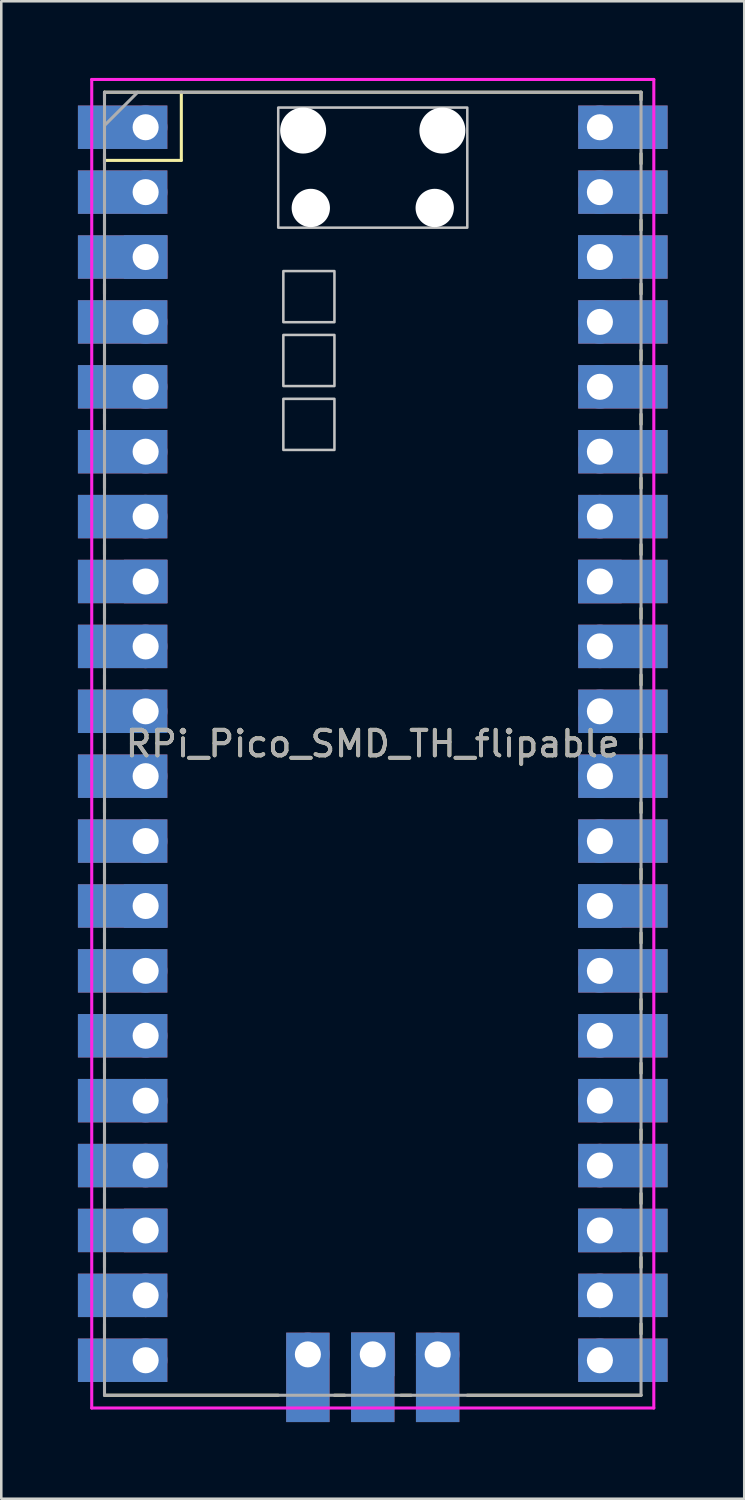
<source format=kicad_pcb>
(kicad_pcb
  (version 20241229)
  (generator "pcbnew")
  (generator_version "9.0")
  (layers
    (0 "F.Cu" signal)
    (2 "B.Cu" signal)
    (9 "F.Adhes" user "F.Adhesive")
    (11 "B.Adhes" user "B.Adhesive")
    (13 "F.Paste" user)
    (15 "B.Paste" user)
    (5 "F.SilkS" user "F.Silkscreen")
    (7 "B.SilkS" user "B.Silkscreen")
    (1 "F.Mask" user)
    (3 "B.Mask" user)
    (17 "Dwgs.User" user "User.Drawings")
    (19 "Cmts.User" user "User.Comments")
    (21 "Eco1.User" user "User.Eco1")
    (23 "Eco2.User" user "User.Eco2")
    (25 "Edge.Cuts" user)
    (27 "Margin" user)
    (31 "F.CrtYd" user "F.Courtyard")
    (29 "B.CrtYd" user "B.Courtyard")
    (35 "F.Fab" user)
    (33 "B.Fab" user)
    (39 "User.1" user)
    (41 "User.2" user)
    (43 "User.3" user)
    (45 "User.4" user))
  (footprint "RPi_Pico_SMD_TH_flipable"
    (layer "F.Cu")
    (at 11.54 26.06)
    (property "Reference" "RPi_Pico_SMD_TH_flipable" (at 0 0 0) (layer "F.SilkS") (effects (font (size 1 1) (thickness 0.15))))
    (attr through_hole)
    (fp_line (start -10.5 -25.5) (end -10.5 -25.2) (stroke (width 0.12) (type solid)) (layer "F.SilkS"))
    (fp_line (start -10.5 -25.5) (end 10.5 -25.5) (stroke (width 0.12) (type solid)) (layer "F.SilkS"))
    (fp_line (start -10.5 -23.1) (end -10.5 -22.7) (stroke (width 0.12) (type solid)) (layer "F.SilkS"))
    (fp_line (start -10.5 -22.833) (end -7.493 -22.833) (stroke (width 0.12) (type solid)) (layer "F.SilkS"))
    (fp_line (start -10.5 -20.5) (end -10.5 -20.1) (stroke (width 0.12) (type solid)) (layer "F.SilkS"))
    (fp_line (start -10.5 -18) (end -10.5 -17.6) (stroke (width 0.12) (type solid)) (layer "F.SilkS"))
    (fp_line (start -10.5 -15.4) (end -10.5 -15) (stroke (width 0.12) (type solid)) (layer "F.SilkS"))
    (fp_line (start -10.5 -12.9) (end -10.5 -12.5) (stroke (width 0.12) (type solid)) (layer "F.SilkS"))
    (fp_line (start -10.5 -10.4) (end -10.5 -10) (stroke (width 0.12) (type solid)) (layer "F.SilkS"))
    (fp_line (start -10.5 -7.8) (end -10.5 -7.4) (stroke (width 0.12) (type solid)) (layer "F.SilkS"))
    (fp_line (start -10.5 -5.3) (end -10.5 -4.9) (stroke (width 0.12) (type solid)) (layer "F.SilkS"))
    (fp_line (start -10.5 -2.7) (end -10.5 -2.3) (stroke (width 0.12) (type solid)) (layer "F.SilkS"))
    (fp_line (start -10.5 -0.2) (end -10.5 0.2) (stroke (width 0.12) (type solid)) (layer "F.SilkS"))
    (fp_line (start -10.5 2.3) (end -10.5 2.7) (stroke (width 0.12) (type solid)) (layer "F.SilkS"))
    (fp_line (start -10.5 4.9) (end -10.5 5.3) (stroke (width 0.12) (type solid)) (layer "F.SilkS"))
    (fp_line (start -10.5 7.4) (end -10.5 7.8) (stroke (width 0.12) (type solid)) (layer "F.SilkS"))
    (fp_line (start -10.5 10) (end -10.5 10.4) (stroke (width 0.12) (type solid)) (layer "F.SilkS"))
    (fp_line (start -10.5 12.5) (end -10.5 12.9) (stroke (width 0.12) (type solid)) (layer "F.SilkS"))
    (fp_line (start -10.5 15.1) (end -10.5 15.5) (stroke (width 0.12) (type solid)) (layer "F.SilkS"))
    (fp_line (start -10.5 17.6) (end -10.5 18) (stroke (width 0.12) (type solid)) (layer "F.SilkS"))
    (fp_line (start -10.5 20.1) (end -10.5 20.5) (stroke (width 0.12) (type solid)) (layer "F.SilkS"))
    (fp_line (start -10.5 22.7) (end -10.5 23.1) (stroke (width 0.12) (type solid)) (layer "F.SilkS"))
    (fp_line (start -7.493 -22.833) (end -7.493 -25.5) (stroke (width 0.12) (type solid)) (layer "F.SilkS"))
    (fp_line (start -3.7 25.5) (end -10.5 25.5) (stroke (width 0.12) (type solid)) (layer "F.SilkS"))
    (fp_line (start -1.5 25.5) (end -1.1 25.5) (stroke (width 0.12) (type solid)) (layer "F.SilkS"))
    (fp_line (start 1.1 25.5) (end 1.5 25.5) (stroke (width 0.12) (type solid)) (layer "F.SilkS"))
    (fp_line (start 10.5 -25.5) (end 10.5 -25.2) (stroke (width 0.12) (type solid)) (layer "F.SilkS"))
    (fp_line (start 10.5 -23.1) (end 10.5 -22.7) (stroke (width 0.12) (type solid)) (layer "F.SilkS"))
    (fp_line (start 10.5 -20.5) (end 10.5 -20.1) (stroke (width 0.12) (type solid)) (layer "F.SilkS"))
    (fp_line (start 10.5 -18) (end 10.5 -17.6) (stroke (width 0.12) (type solid)) (layer "F.SilkS"))
    (fp_line (start 10.5 -15.4) (end 10.5 -15) (stroke (width 0.12) (type solid)) (layer "F.SilkS"))
    (fp_line (start 10.5 -12.9) (end 10.5 -12.5) (stroke (width 0.12) (type solid)) (layer "F.SilkS"))
    (fp_line (start 10.5 -10.4) (end 10.5 -10) (stroke (width 0.12) (type solid)) (layer "F.SilkS"))
    (fp_line (start 10.5 -7.8) (end 10.5 -7.4) (stroke (width 0.12) (type solid)) (layer "F.SilkS"))
    (fp_line (start 10.5 -5.3) (end 10.5 -4.9) (stroke (width 0.12) (type solid)) (layer "F.SilkS"))
    (fp_line (start 10.5 -2.7) (end 10.5 -2.3) (stroke (width 0.12) (type solid)) (layer "F.SilkS"))
    (fp_line (start 10.5 -0.2) (end 10.5 0.2) (stroke (width 0.12) (type solid)) (layer "F.SilkS"))
    (fp_line (start 10.5 2.3) (end 10.5 2.7) (stroke (width 0.12) (type solid)) (layer "F.SilkS"))
    (fp_line (start 10.5 4.9) (end 10.5 5.3) (stroke (width 0.12) (type solid)) (layer "F.SilkS"))
    (fp_line (start 10.5 7.4) (end 10.5 7.8) (stroke (width 0.12) (type solid)) (layer "F.SilkS"))
    (fp_line (start 10.5 10) (end 10.5 10.4) (stroke (width 0.12) (type solid)) (layer "F.SilkS"))
    (fp_line (start 10.5 12.5) (end 10.5 12.9) (stroke (width 0.12) (type solid)) (layer "F.SilkS"))
    (fp_line (start 10.5 15.1) (end 10.5 15.5) (stroke (width 0.12) (type solid)) (layer "F.SilkS"))
    (fp_line (start 10.5 17.6) (end 10.5 18) (stroke (width 0.12) (type solid)) (layer "F.SilkS"))
    (fp_line (start 10.5 20.1) (end 10.5 20.5) (stroke (width 0.12) (type solid)) (layer "F.SilkS"))
    (fp_line (start 10.5 22.7) (end 10.5 23.1) (stroke (width 0.12) (type solid)) (layer "F.SilkS"))
    (fp_line (start 10.5 25.5) (end 3.7 25.5) (stroke (width 0.12) (type solid)) (layer "F.SilkS"))
    (fp_poly (pts (xy -1.5 -16.5) (xy -3.5 -16.5) (xy -3.5 -18.5) (xy -1.5 -18.5)) (stroke (width 0.1) (type solid)) (fill no) (layer "Dwgs.User"))
    (fp_poly (pts (xy -1.5 -14) (xy -3.5 -14) (xy -3.5 -16) (xy -1.5 -16)) (stroke (width 0.1) (type solid)) (fill no) (layer "Dwgs.User"))
    (fp_poly (pts (xy -1.5 -11.5) (xy -3.5 -11.5) (xy -3.5 -13.5) (xy -1.5 -13.5)) (stroke (width 0.1) (type solid)) (fill no) (layer "Dwgs.User"))
    (fp_poly (pts (xy 3.7 -20.2) (xy -3.7 -20.2) (xy -3.7 -24.9) (xy 3.7 -24.9)) (stroke (width 0.1) (type solid)) (fill no) (layer "Dwgs.User"))
    (fp_line (start -11 -26) (end 11 -26) (stroke (width 0.12) (type solid)) (layer "F.CrtYd"))
    (fp_line (start -11 26) (end -11 -26) (stroke (width 0.12) (type solid)) (layer "F.CrtYd"))
    (fp_line (start 11 -26) (end 11 26) (stroke (width 0.12) (type solid)) (layer "F.CrtYd"))
    (fp_line (start 11 26) (end -11 26) (stroke (width 0.12) (type solid)) (layer "F.CrtYd"))
    (fp_line (start -10.5 -25.5) (end 10.5 -25.5) (stroke (width 0.12) (type solid)) (layer "F.Fab"))
    (fp_line (start -10.5 -24.2) (end -9.2 -25.5) (stroke (width 0.12) (type solid)) (layer "F.Fab"))
    (fp_line (start -10.5 25.5) (end -10.5 -25.5) (stroke (width 0.12) (type solid)) (layer "F.Fab"))
    (fp_line (start 10.5 -25.5) (end 10.5 25.5) (stroke (width 0.12) (type solid)) (layer "F.Fab"))
    (fp_line (start 10.5 25.5) (end -10.5 25.5) (stroke (width 0.12) (type solid)) (layer "F.Fab"))
    (fp_text user "${REFERENCE}" (at 0 0 180) (layer "F.Fab") (effects (font (size 1 1) (thickness 0.15))))
    (pad "" np_thru_hole oval (at -2.725 -24) (size 1.8 1.8) (drill 1.8) (layers "*.Cu" "*.Mask"))
    (pad "" np_thru_hole oval (at -2.425 -20.97) (size 1.5 1.5) (drill 1.5) (layers "*.Cu" "*.Mask"))
    (pad "" np_thru_hole oval (at 2.425 -20.97) (size 1.5 1.5) (drill 1.5) (layers "*.Cu" "*.Mask"))
    (pad "" np_thru_hole oval (at 2.725 -24) (size 1.8 1.8) (drill 1.8) (layers "*.Cu" "*.Mask"))
    (pad "1" thru_hole oval (at -8.89 -24.13) (size 1.7 1.7) (drill 1.02) (layers "*.Cu" "*.Mask"))
    (pad "1" smd rect (at -8.89 -24.13) (size 3.5 1.7) (drill (offset -0.9 0)) (layers "F.Cu" "F.Mask"))
    (pad "1" smd rect (at -8.89 -24.13) (size 3.5 1.7) (drill (offset -0.9 0)) (layers "B.Cu" "B.Mask"))
    (pad "2" thru_hole oval (at -8.89 -21.59) (size 1.7 1.7) (drill 1.02) (layers "*.Cu" "*.Mask"))
    (pad "2" smd rect (at -8.89 -21.59) (size 3.5 1.7) (drill (offset -0.9 0)) (layers "F.Cu" "F.Mask"))
    (pad "2" smd rect (at -8.89 -21.59) (size 3.5 1.7) (drill (offset -0.9 0)) (layers "B.Cu" "B.Mask"))
    (pad "3" thru_hole rect (at -8.89 -19.05) (size 1.7 1.7) (drill 1.02) (layers "*.Cu" "*.Mask"))
    (pad "3" smd rect (at -8.89 -19.05) (size 3.5 1.7) (drill (offset -0.9 0)) (layers "F.Cu" "F.Mask"))
    (pad "3" smd rect (at -8.89 -19.05) (size 3.5 1.7) (drill (offset -0.9 0)) (layers "B.Cu" "B.Mask"))
    (pad "4" thru_hole oval (at -8.89 -16.51) (size 1.7 1.7) (drill 1.02) (layers "*.Cu" "*.Mask"))
    (pad "4" smd rect (at -8.89 -16.51) (size 3.5 1.7) (drill (offset -0.9 0)) (layers "F.Cu" "F.Mask"))
    (pad "4" smd rect (at -8.89 -16.51) (size 3.5 1.7) (drill (offset -0.9 0)) (layers "B.Cu" "B.Mask"))
    (pad "5" thru_hole oval (at -8.89 -13.97) (size 1.7 1.7) (drill 1.02) (layers "*.Cu" "*.Mask"))
    (pad "5" smd rect (at -8.89 -13.97) (size 3.5 1.7) (drill (offset -0.9 0)) (layers "F.Cu" "F.Mask"))
    (pad "5" smd rect (at -8.89 -13.97) (size 3.5 1.7) (drill (offset -0.9 0)) (layers "B.Cu" "B.Mask"))
    (pad "6" thru_hole oval (at -8.89 -11.43) (size 1.7 1.7) (drill 1.02) (layers "*.Cu" "*.Mask"))
    (pad "6" smd rect (at -8.89 -11.43) (size 3.5 1.7) (drill (offset -0.9 0)) (layers "F.Cu" "F.Mask"))
    (pad "6" smd rect (at -8.89 -11.43) (size 3.5 1.7) (drill (offset -0.9 0)) (layers "B.Cu" "B.Mask"))
    (pad "7" thru_hole oval (at -8.89 -8.89) (size 1.7 1.7) (drill 1.02) (layers "*.Cu" "*.Mask"))
    (pad "7" smd rect (at -8.89 -8.89) (size 3.5 1.7) (drill (offset -0.9 0)) (layers "F.Cu" "F.Mask"))
    (pad "7" smd rect (at -8.89 -8.89) (size 3.5 1.7) (drill (offset -0.9 0)) (layers "B.Cu" "B.Mask"))
    (pad "8" thru_hole rect (at -8.89 -6.35) (size 1.7 1.7) (drill 1.02) (layers "*.Cu" "*.Mask"))
    (pad "8" smd rect (at -8.89 -6.35) (size 3.5 1.7) (drill (offset -0.9 0)) (layers "F.Cu" "F.Mask"))
    (pad "8" smd rect (at -8.89 -6.35) (size 3.5 1.7) (drill (offset -0.9 0)) (layers "B.Cu" "B.Mask"))
    (pad "9" thru_hole oval (at -8.89 -3.81) (size 1.7 1.7) (drill 1.02) (layers "*.Cu" "*.Mask"))
    (pad "9" smd rect (at -8.89 -3.81) (size 3.5 1.7) (drill (offset -0.9 0)) (layers "F.Cu" "F.Mask"))
    (pad "9" smd rect (at -8.89 -3.81) (size 3.5 1.7) (drill (offset -0.9 0)) (layers "B.Cu" "B.Mask"))
    (pad "10" thru_hole oval (at -8.89 -1.27) (size 1.7 1.7) (drill 1.02) (layers "*.Cu" "*.Mask"))
    (pad "10" smd rect (at -8.89 -1.27) (size 3.5 1.7) (drill (offset -0.9 0)) (layers "F.Cu" "F.Mask"))
    (pad "10" smd rect (at -8.89 -1.27) (size 3.5 1.7) (drill (offset -0.9 0)) (layers "B.Cu" "B.Mask"))
    (pad "11" thru_hole oval (at -8.89 1.27) (size 1.7 1.7) (drill 1.02) (layers "*.Cu" "*.Mask"))
    (pad "11" smd rect (at -8.89 1.27) (size 3.5 1.7) (drill (offset -0.9 0)) (layers "F.Cu" "F.Mask"))
    (pad "11" smd rect (at -8.89 1.27) (size 3.5 1.7) (drill (offset -0.9 0)) (layers "B.Cu" "B.Mask"))
    (pad "12" thru_hole oval (at -8.89 3.81) (size 1.7 1.7) (drill 1.02) (layers "*.Cu" "*.Mask"))
    (pad "12" smd rect (at -8.89 3.81) (size 3.5 1.7) (drill (offset -0.9 0)) (layers "F.Cu" "F.Mask"))
    (pad "12" smd rect (at -8.89 3.81) (size 3.5 1.7) (drill (offset -0.9 0)) (layers "B.Cu" "B.Mask"))
    (pad "13" thru_hole rect (at -8.89 6.35) (size 1.7 1.7) (drill 1.02) (layers "*.Cu" "*.Mask"))
    (pad "13" smd rect (at -8.89 6.35) (size 3.5 1.7) (drill (offset -0.9 0)) (layers "F.Cu" "F.Mask"))
    (pad "13" smd rect (at -8.89 6.35) (size 3.5 1.7) (drill (offset -0.9 0)) (layers "B.Cu" "B.Mask"))
    (pad "14" thru_hole oval (at -8.89 8.89) (size 1.7 1.7) (drill 1.02) (layers "*.Cu" "*.Mask"))
    (pad "14" smd rect (at -8.89 8.89) (size 3.5 1.7) (drill (offset -0.9 0)) (layers "F.Cu" "F.Mask"))
    (pad "14" smd rect (at -8.89 8.89) (size 3.5 1.7) (drill (offset -0.9 0)) (layers "B.Cu" "B.Mask"))
    (pad "15" thru_hole oval (at -8.89 11.43) (size 1.7 1.7) (drill 1.02) (layers "*.Cu" "*.Mask"))
    (pad "15" smd rect (at -8.89 11.43) (size 3.5 1.7) (drill (offset -0.9 0)) (layers "F.Cu" "F.Mask"))
    (pad "15" smd rect (at -8.89 11.43) (size 3.5 1.7) (drill (offset -0.9 0)) (layers "B.Cu" "B.Mask"))
    (pad "16" thru_hole oval (at -8.89 13.97) (size 1.7 1.7) (drill 1.02) (layers "*.Cu" "*.Mask"))
    (pad "16" smd rect (at -8.89 13.97) (size 3.5 1.7) (drill (offset -0.9 0)) (layers "F.Cu" "F.Mask"))
    (pad "16" smd rect (at -8.89 13.97) (size 3.5 1.7) (drill (offset -0.9 0)) (layers "B.Cu" "B.Mask"))
    (pad "17" thru_hole oval (at -8.89 16.51) (size 1.7 1.7) (drill 1.02) (layers "*.Cu" "*.Mask"))
    (pad "17" smd rect (at -8.89 16.51) (size 3.5 1.7) (drill (offset -0.9 0)) (layers "F.Cu" "F.Mask"))
    (pad "17" smd rect (at -8.89 16.51) (size 3.5 1.7) (drill (offset -0.9 0)) (layers "B.Cu" "B.Mask"))
    (pad "18" thru_hole rect (at -8.89 19.05) (size 1.7 1.7) (drill 1.02) (layers "*.Cu" "*.Mask"))
    (pad "18" smd rect (at -8.89 19.05) (size 3.5 1.7) (drill (offset -0.9 0)) (layers "F.Cu" "F.Mask"))
    (pad "18" smd rect (at -8.89 19.05) (size 3.5 1.7) (drill (offset -0.9 0)) (layers "B.Cu" "B.Mask"))
    (pad "19" thru_hole oval (at -8.89 21.59) (size 1.7 1.7) (drill 1.02) (layers "*.Cu" "*.Mask"))
    (pad "19" smd rect (at -8.89 21.59) (size 3.5 1.7) (drill (offset -0.9 0)) (layers "F.Cu" "F.Mask"))
    (pad "19" smd rect (at -8.89 21.59) (size 3.5 1.7) (drill (offset -0.9 0)) (layers "B.Cu" "B.Mask"))
    (pad "20" thru_hole oval (at -8.89 24.13) (size 1.7 1.7) (drill 1.02) (layers "*.Cu" "*.Mask"))
    (pad "20" smd rect (at -8.89 24.13) (size 3.5 1.7) (drill (offset -0.9 0)) (layers "F.Cu" "F.Mask"))
    (pad "20" smd rect (at -8.89 24.13) (size 3.5 1.7) (drill (offset -0.9 0)) (layers "B.Cu" "B.Mask"))
    (pad "21" thru_hole oval (at 8.89 24.13) (size 1.7 1.7) (drill 1.02) (layers "*.Cu" "*.Mask"))
    (pad "21" smd rect (at 8.89 24.13) (size 3.5 1.7) (drill (offset 0.9 0)) (layers "F.Cu" "F.Mask"))
    (pad "21" smd rect (at 8.89 24.13) (size 3.5 1.7) (drill (offset 0.9 0)) (layers "B.Cu" "B.Mask"))
    (pad "22" thru_hole oval (at 8.89 21.59) (size 1.7 1.7) (drill 1.02) (layers "*.Cu" "*.Mask"))
    (pad "22" smd rect (at 8.89 21.59) (size 3.5 1.7) (drill (offset 0.9 0)) (layers "F.Cu" "F.Mask"))
    (pad "22" smd rect (at 8.89 21.59) (size 3.5 1.7) (drill (offset 0.9 0)) (layers "B.Cu" "B.Mask"))
    (pad "23" thru_hole rect (at 8.89 19.05) (size 1.7 1.7) (drill 1.02) (layers "*.Cu" "*.Mask"))
    (pad "23" smd rect (at 8.89 19.05) (size 3.5 1.7) (drill (offset 0.9 0)) (layers "F.Cu" "F.Mask"))
    (pad "23" smd rect (at 8.89 19.05) (size 3.5 1.7) (drill (offset 0.9 0)) (layers "B.Cu" "B.Mask"))
    (pad "24" thru_hole oval (at 8.89 16.51) (size 1.7 1.7) (drill 1.02) (layers "*.Cu" "*.Mask"))
    (pad "24" smd rect (at 8.89 16.51) (size 3.5 1.7) (drill (offset 0.9 0)) (layers "F.Cu" "F.Mask"))
    (pad "24" smd rect (at 8.89 16.51) (size 3.5 1.7) (drill (offset 0.9 0)) (layers "B.Cu" "B.Mask"))
    (pad "25" thru_hole oval (at 8.89 13.97) (size 1.7 1.7) (drill 1.02) (layers "*.Cu" "*.Mask"))
    (pad "25" smd rect (at 8.89 13.97) (size 3.5 1.7) (drill (offset 0.9 0)) (layers "F.Cu" "F.Mask"))
    (pad "25" smd rect (at 8.89 13.97) (size 3.5 1.7) (drill (offset 0.9 0)) (layers "B.Cu" "B.Mask"))
    (pad "26" thru_hole oval (at 8.89 11.43) (size 1.7 1.7) (drill 1.02) (layers "*.Cu" "*.Mask"))
    (pad "26" smd rect (at 8.89 11.43) (size 3.5 1.7) (drill (offset 0.9 0)) (layers "F.Cu" "F.Mask"))
    (pad "26" smd rect (at 8.89 11.43) (size 3.5 1.7) (drill (offset 0.9 0)) (layers "B.Cu" "B.Mask"))
    (pad "27" thru_hole oval (at 8.89 8.89) (size 1.7 1.7) (drill 1.02) (layers "*.Cu" "*.Mask"))
    (pad "27" smd rect (at 8.89 8.89) (size 3.5 1.7) (drill (offset 0.9 0)) (layers "F.Cu" "F.Mask"))
    (pad "27" smd rect (at 8.89 8.89) (size 3.5 1.7) (drill (offset 0.9 0)) (layers "B.Cu" "B.Mask"))
    (pad "28" thru_hole rect (at 8.89 6.35) (size 1.7 1.7) (drill 1.02) (layers "*.Cu" "*.Mask"))
    (pad "28" smd rect (at 8.89 6.35) (size 3.5 1.7) (drill (offset 0.9 0)) (layers "F.Cu" "F.Mask"))
    (pad "28" smd rect (at 8.89 6.35) (size 3.5 1.7) (drill (offset 0.9 0)) (layers "B.Cu" "B.Mask"))
    (pad "29" thru_hole oval (at 8.89 3.81) (size 1.7 1.7) (drill 1.02) (layers "*.Cu" "*.Mask"))
    (pad "29" smd rect (at 8.89 3.81) (size 3.5 1.7) (drill (offset 0.9 0)) (layers "F.Cu" "F.Mask"))
    (pad "29" smd rect (at 8.89 3.81) (size 3.5 1.7) (drill (offset 0.9 0)) (layers "B.Cu" "B.Mask"))
    (pad "30" thru_hole oval (at 8.89 1.27) (size 1.7 1.7) (drill 1.02) (layers "*.Cu" "*.Mask"))
    (pad "30" smd rect (at 8.89 1.27) (size 3.5 1.7) (drill (offset 0.9 0)) (layers "F.Cu" "F.Mask"))
    (pad "30" smd rect (at 8.89 1.27) (size 3.5 1.7) (drill (offset 0.9 0)) (layers "B.Cu" "B.Mask"))
    (pad "31" thru_hole oval (at 8.89 -1.27) (size 1.7 1.7) (drill 1.02) (layers "*.Cu" "*.Mask"))
    (pad "31" smd rect (at 8.89 -1.27) (size 3.5 1.7) (drill (offset 0.9 0)) (layers "F.Cu" "F.Mask"))
    (pad "31" smd rect (at 8.89 -1.27) (size 3.5 1.7) (drill (offset 0.9 0)) (layers "B.Cu" "B.Mask"))
    (pad "32" thru_hole oval (at 8.89 -3.81) (size 1.7 1.7) (drill 1.02) (layers "*.Cu" "*.Mask"))
    (pad "32" smd rect (at 8.89 -3.81) (size 3.5 1.7) (drill (offset 0.9 0)) (layers "F.Cu" "F.Mask"))
    (pad "32" smd rect (at 8.89 -3.81) (size 3.5 1.7) (drill (offset 0.9 0)) (layers "B.Cu" "B.Mask"))
    (pad "33" thru_hole rect (at 8.89 -6.35) (size 1.7 1.7) (drill 1.02) (layers "*.Cu" "*.Mask"))
    (pad "33" smd rect (at 8.89 -6.35) (size 3.5 1.7) (drill (offset 0.9 0)) (layers "F.Cu" "F.Mask"))
    (pad "33" smd rect (at 8.89 -6.35) (size 3.5 1.7) (drill (offset 0.9 0)) (layers "B.Cu" "B.Mask"))
    (pad "34" thru_hole oval (at 8.89 -8.89) (size 1.7 1.7) (drill 1.02) (layers "*.Cu" "*.Mask"))
    (pad "34" smd rect (at 8.89 -8.89) (size 3.5 1.7) (drill (offset 0.9 0)) (layers "F.Cu" "F.Mask"))
    (pad "34" smd rect (at 8.89 -8.89) (size 3.5 1.7) (drill (offset 0.9 0)) (layers "B.Cu" "B.Mask"))
    (pad "35" thru_hole oval (at 8.89 -11.43) (size 1.7 1.7) (drill 1.02) (layers "*.Cu" "*.Mask"))
    (pad "35" smd rect (at 8.89 -11.43) (size 3.5 1.7) (drill (offset 0.9 0)) (layers "F.Cu" "F.Mask"))
    (pad "35" smd rect (at 8.89 -11.43) (size 3.5 1.7) (drill (offset 0.9 0)) (layers "B.Cu" "B.Mask"))
    (pad "36" thru_hole oval (at 8.89 -13.97) (size 1.7 1.7) (drill 1.02) (layers "*.Cu" "*.Mask"))
    (pad "36" smd rect (at 8.89 -13.97) (size 3.5 1.7) (drill (offset 0.9 0)) (layers "F.Cu" "F.Mask"))
    (pad "36" smd rect (at 8.89 -13.97) (size 3.5 1.7) (drill (offset 0.9 0)) (layers "B.Cu" "B.Mask"))
    (pad "37" thru_hole oval (at 8.89 -16.51) (size 1.7 1.7) (drill 1.02) (layers "*.Cu" "*.Mask"))
    (pad "37" smd rect (at 8.89 -16.51) (size 3.5 1.7) (drill (offset 0.9 0)) (layers "F.Cu" "F.Mask"))
    (pad "37" smd rect (at 8.89 -16.51) (size 3.5 1.7) (drill (offset 0.9 0)) (layers "B.Cu" "B.Mask"))
    (pad "38" thru_hole rect (at 8.89 -19.05) (size 1.7 1.7) (drill 1.02) (layers "*.Cu" "*.Mask"))
    (pad "38" smd rect (at 8.89 -19.05) (size 3.5 1.7) (drill (offset 0.9 0)) (layers "F.Cu" "F.Mask"))
    (pad "38" smd rect (at 8.89 -19.05) (size 3.5 1.7) (drill (offset 0.9 0)) (layers "B.Cu" "B.Mask"))
    (pad "39" thru_hole oval (at 8.89 -21.59) (size 1.7 1.7) (drill 1.02) (layers "*.Cu" "*.Mask"))
    (pad "39" smd rect (at 8.89 -21.59) (size 3.5 1.7) (drill (offset 0.9 0)) (layers "F.Cu" "F.Mask"))
    (pad "39" smd rect (at 8.89 -21.59) (size 3.5 1.7) (drill (offset 0.9 0)) (layers "B.Cu" "B.Mask"))
    (pad "40" thru_hole oval (at 8.89 -24.13) (size 1.7 1.7) (drill 1.02) (layers "*.Cu" "*.Mask"))
    (pad "40" smd rect (at 8.89 -24.13) (size 3.5 1.7) (drill (offset 0.9 0)) (layers "F.Cu" "F.Mask"))
    (pad "40" smd rect (at 8.89 -24.13) (size 3.5 1.7) (drill (offset 0.9 0)) (layers "B.Cu" "B.Mask"))
    (pad "41" thru_hole oval (at -2.54 23.9) (size 1.7 1.7) (drill 1.02) (layers "*.Cu" "*.Mask"))
    (pad "41" smd rect (at -2.54 23.9 90) (size 3.5 1.7) (drill (offset -0.9 0)) (layers "F.Cu" "F.Mask"))
    (pad "41" smd rect (at -2.54 23.9 90) (size 3.5 1.7) (drill (offset -0.9 0)) (layers "B.Cu" "B.Mask"))
    (pad "42" thru_hole rect (at 0 23.9) (size 1.7 1.7) (drill 1.02) (layers "*.Cu" "*.Mask"))
    (pad "42" smd rect (at 0 23.9 90) (size 3.5 1.7) (drill (offset -0.9 0)) (layers "F.Cu" "F.Mask"))
    (pad "42" smd rect (at 0 23.9 90) (size 3.5 1.7) (drill (offset -0.9 0)) (layers "B.Cu" "B.Mask"))
    (pad "43" thru_hole oval (at 2.54 23.9) (size 1.7 1.7) (drill 1.02) (layers "*.Cu" "*.Mask"))
    (pad "43" smd rect (at 2.54 23.9 90) (size 3.5 1.7) (drill (offset -0.9 0)) (layers "F.Cu" "F.Mask"))
    (pad "43" smd rect (at 2.54 23.9 90) (size 3.5 1.7) (drill (offset -0.9 0)) (layers "B.Cu" "B.Mask")))
  (gr_rect
    (start -3 -3)
    (end 26.08 55.61)
    (stroke (width 0.1) (type default))
    (fill no)
    (layer "Edge.Cuts")))
</source>
